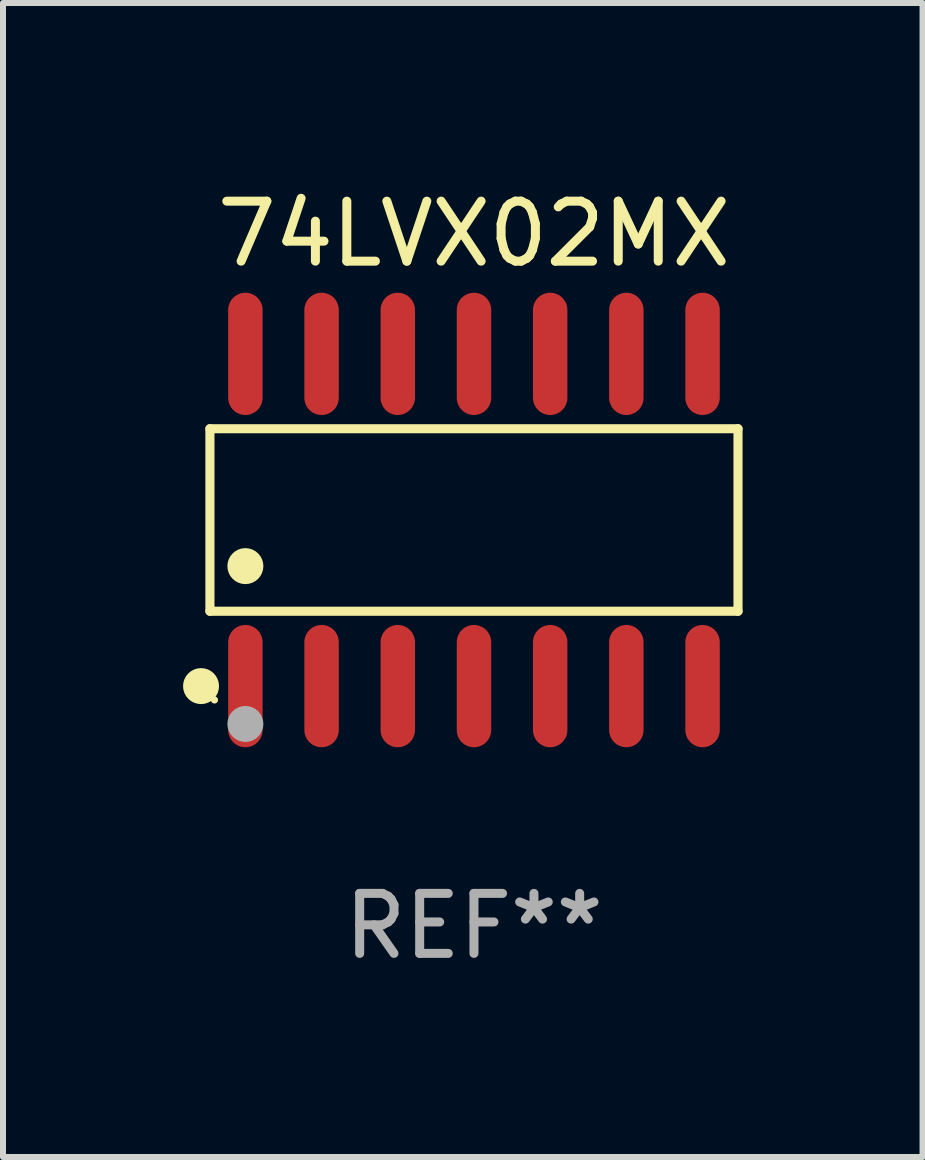
<source format=kicad_pcb>
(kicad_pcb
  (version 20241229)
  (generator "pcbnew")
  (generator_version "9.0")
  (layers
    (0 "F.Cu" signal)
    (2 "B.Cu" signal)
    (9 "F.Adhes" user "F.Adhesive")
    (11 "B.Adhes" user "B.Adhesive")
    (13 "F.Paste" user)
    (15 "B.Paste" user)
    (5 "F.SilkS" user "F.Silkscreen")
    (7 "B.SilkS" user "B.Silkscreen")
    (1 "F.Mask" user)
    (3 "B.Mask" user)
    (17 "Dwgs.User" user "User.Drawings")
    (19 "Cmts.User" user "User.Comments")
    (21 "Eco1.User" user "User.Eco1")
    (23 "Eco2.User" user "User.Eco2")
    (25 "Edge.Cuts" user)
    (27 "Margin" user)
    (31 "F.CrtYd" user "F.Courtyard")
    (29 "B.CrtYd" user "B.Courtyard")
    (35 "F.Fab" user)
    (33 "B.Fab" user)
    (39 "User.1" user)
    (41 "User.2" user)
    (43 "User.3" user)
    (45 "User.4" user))
  (footprint "74LVX02MX"
    (layer "F.Cu")
    (at 4.85 5.617)
    (property "Reference" "74LVX02MX" (at 0 -4.769 0) (layer "F.SilkS") (effects (font (size 1 1) (thickness 0.15))))
    (attr through_hole)
    (fp_line (start -4.401 -1.521) (end 4.401 -1.521) (stroke (width 0.152) (type solid)) (layer "F.SilkS"))
    (fp_line (start -4.401 1.521) (end -4.401 -1.521) (stroke (width 0.152) (type solid)) (layer "F.SilkS"))
    (fp_line (start 4.401 -1.521) (end 4.401 1.521) (stroke (width 0.152) (type solid)) (layer "F.SilkS"))
    (fp_line (start 4.401 1.521) (end -4.401 1.521) (stroke (width 0.152) (type solid)) (layer "F.SilkS"))
    (fp_circle (center -4.549 2.769) (end -4.399 2.769) (stroke (width 0.3) (type solid)) (fill no) (layer "F.SilkS"))
    (fp_circle (center -4.325 3) (end -4.295 3) (stroke (width 0.06) (type solid)) (fill no) (layer "F.SilkS"))
    (fp_circle (center -3.81 0.769) (end -3.66 0.769) (stroke (width 0.3) (type solid)) (fill no) (layer "F.SilkS"))
    (fp_circle (center -3.81 3.4) (end -3.66 3.4) (stroke (width 0.3) (type solid)) (fill no) (layer "F.Fab"))
    (fp_text user "REF**" (at 0 6.769 0) (layer "F.Fab") (effects (font (size 1 1) (thickness 0.15))))
    (pad "1" smd oval (at -3.81 2.769) (size 0.574 2.038) (layers "F.Cu" "F.Mask" "F.Paste"))
    (pad "2" smd oval (at -2.54 2.769) (size 0.574 2.038) (layers "F.Cu" "F.Mask" "F.Paste"))
    (pad "3" smd oval (at -1.27 2.769) (size 0.574 2.038) (layers "F.Cu" "F.Mask" "F.Paste"))
    (pad "4" smd oval (at 0 2.769) (size 0.574 2.038) (layers "F.Cu" "F.Mask" "F.Paste"))
    (pad "5" smd oval (at 1.27 2.769) (size 0.574 2.038) (layers "F.Cu" "F.Mask" "F.Paste"))
    (pad "6" smd oval (at 2.54 2.769) (size 0.574 2.038) (layers "F.Cu" "F.Mask" "F.Paste"))
    (pad "7" smd oval (at 3.81 2.769) (size 0.574 2.038) (layers "F.Cu" "F.Mask" "F.Paste"))
    (pad "8" smd oval (at 3.81 -2.769) (size 0.574 2.038) (layers "F.Cu" "F.Mask" "F.Paste"))
    (pad "9" smd oval (at 2.54 -2.769) (size 0.574 2.038) (layers "F.Cu" "F.Mask" "F.Paste"))
    (pad "10" smd oval (at 1.27 -2.769) (size 0.574 2.038) (layers "F.Cu" "F.Mask" "F.Paste"))
    (pad "11" smd oval (at 0 -2.769) (size 0.574 2.038) (layers "F.Cu" "F.Mask" "F.Paste"))
    (pad "12" smd oval (at -1.27 -2.769) (size 0.574 2.038) (layers "F.Cu" "F.Mask" "F.Paste"))
    (pad "13" smd oval (at -2.54 -2.769) (size 0.574 2.038) (layers "F.Cu" "F.Mask" "F.Paste"))
    (pad "14" smd oval (at -3.81 -2.769) (size 0.574 2.038) (layers "F.Cu" "F.Mask" "F.Paste")))
  (gr_rect
    (start -3 -3)
    (end 12.327 16.235)
    (stroke (width 0.1) (type default))
    (fill no)
    (layer "Edge.Cuts")))
</source>
